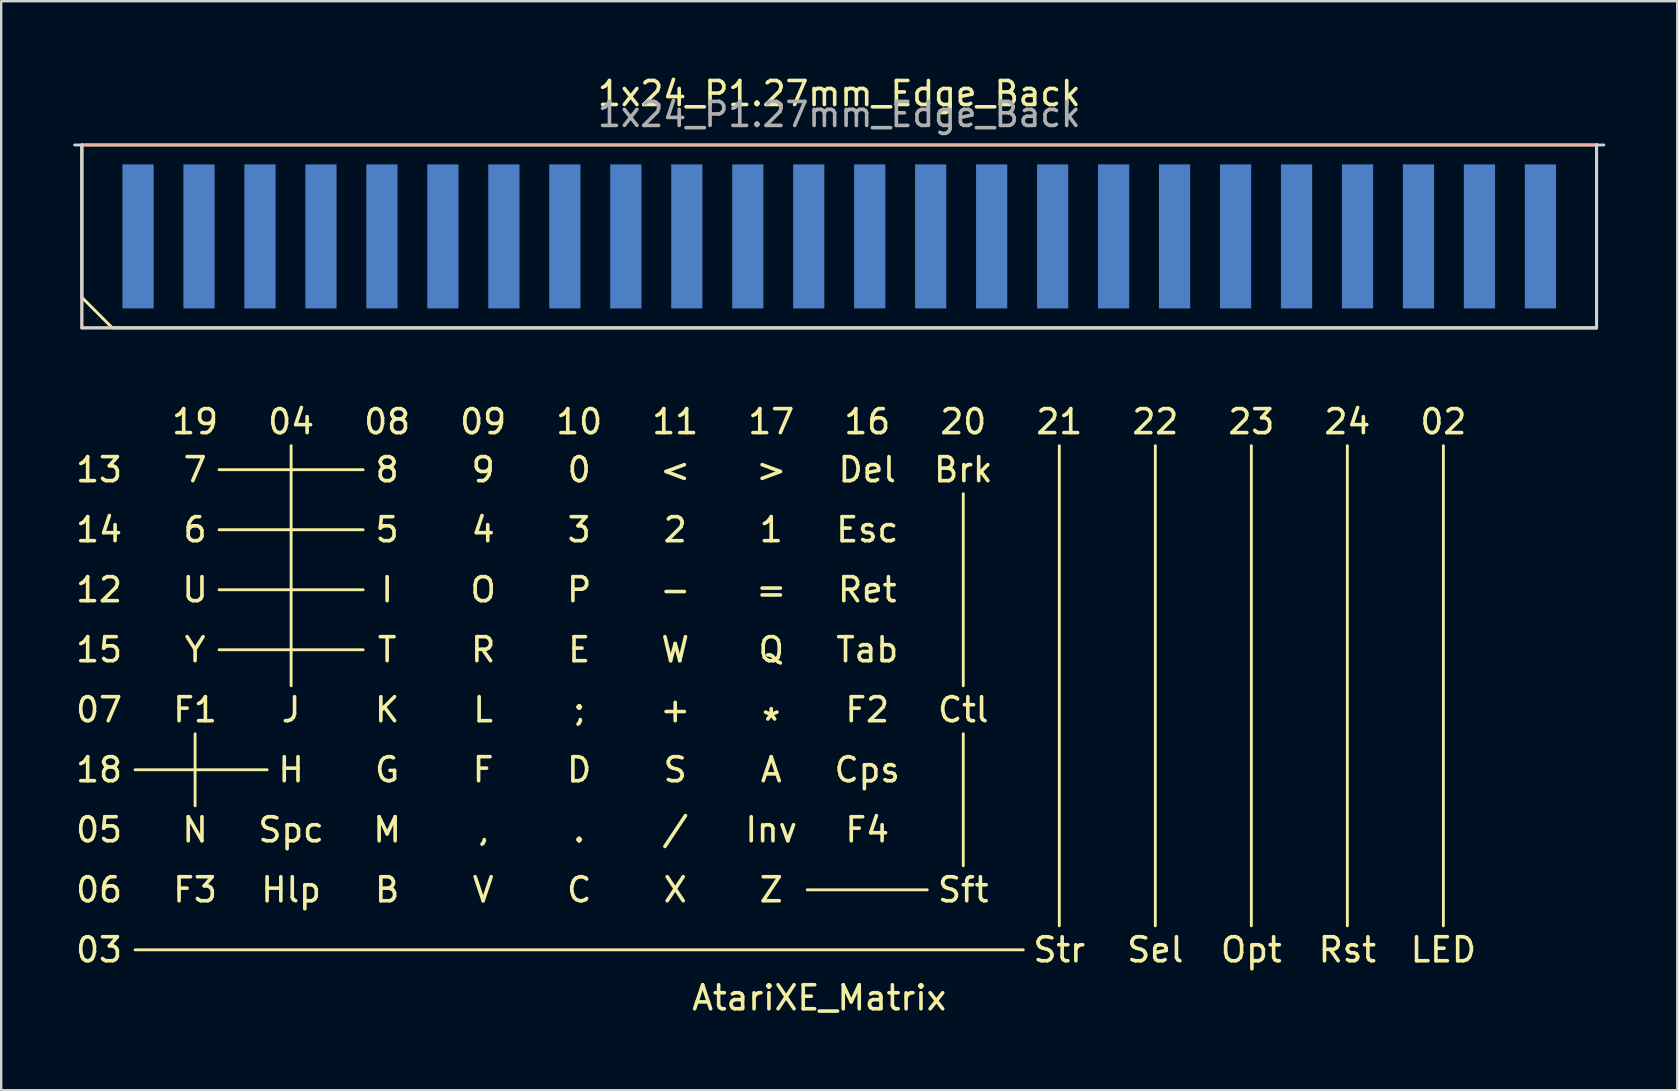
<source format=kicad_pcb>
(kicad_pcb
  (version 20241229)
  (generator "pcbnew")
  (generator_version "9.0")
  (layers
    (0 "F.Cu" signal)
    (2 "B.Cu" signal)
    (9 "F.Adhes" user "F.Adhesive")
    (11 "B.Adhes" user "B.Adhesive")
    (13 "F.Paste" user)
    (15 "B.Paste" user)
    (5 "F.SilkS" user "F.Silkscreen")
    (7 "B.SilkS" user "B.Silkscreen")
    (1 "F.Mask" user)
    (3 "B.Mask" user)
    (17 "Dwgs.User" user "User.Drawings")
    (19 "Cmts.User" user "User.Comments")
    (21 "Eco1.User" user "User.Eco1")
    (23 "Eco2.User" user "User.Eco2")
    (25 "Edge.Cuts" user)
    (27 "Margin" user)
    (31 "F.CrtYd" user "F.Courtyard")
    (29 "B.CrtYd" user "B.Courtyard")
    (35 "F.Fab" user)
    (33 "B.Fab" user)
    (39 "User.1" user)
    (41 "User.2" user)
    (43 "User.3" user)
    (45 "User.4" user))
  (footprint "1x24_P1.27mm_Edge_Back"
    (layer "F.Cu")
    (at 31.91 6.798)
    (property "Reference" "1x24_P1.27mm_Edge_Back" (at 0 -5.95 0) (layer "F.SilkS") (effects (font (size 1 1) (thickness 0.15))))
    (attr exclude_from_pos_files exclude_from_bom)
    (fp_line (start -31.55 -3.81) (end -31.55 2.54) (stroke (width 0.12) (type solid)) (layer "F.SilkS"))
    (fp_line (start -31.55 -3.81) (end 31.55 -3.81) (stroke (width 0.12) (type solid)) (layer "F.SilkS"))
    (fp_line (start -30.28 3.81) (end -31.55 2.54) (stroke (width 0.12) (type solid)) (layer "F.SilkS"))
    (fp_line (start -30.28 3.81) (end 31.55 3.81) (stroke (width 0.12) (type solid)) (layer "F.SilkS"))
    (fp_line (start 31.55 -3.81) (end 31.55 3.81) (stroke (width 0.12) (type solid)) (layer "F.SilkS"))
    (fp_line (start -31.55 -3.81) (end -31.55 3.81) (stroke (width 0.12) (type solid)) (layer "B.SilkS"))
    (fp_line (start -31.55 -3.81) (end 31.55 -3.81) (stroke (width 0.12) (type solid)) (layer "B.SilkS"))
    (fp_line (start -31.55 3.81) (end 31.55 3.81) (stroke (width 0.12) (type solid)) (layer "B.SilkS"))
    (fp_line (start 31.55 -3.81) (end 31.55 3.81) (stroke (width 0.12) (type solid)) (layer "B.SilkS"))
    (fp_line (start -31.85 -3.81) (end -31.55 -3.81) (stroke (width 0.12) (type solid)) (layer "Edge.Cuts"))
    (fp_line (start -31.55 3.81) (end -31.55 -3.81) (stroke (width 0.12) (type solid)) (layer "Edge.Cuts"))
    (fp_line (start -31.55 3.81) (end 31.55 3.81) (stroke (width 0.12) (type solid)) (layer "Edge.Cuts"))
    (fp_line (start 31.55 3.81) (end 31.55 -3.81) (stroke (width 0.12) (type solid)) (layer "Edge.Cuts"))
    (fp_line (start 31.85 -3.81) (end 31.55 -3.81) (stroke (width 0.12) (type solid)) (layer "Edge.Cuts"))
    (fp_text user "${REFERENCE}" (at 0 -5.08 0) (layer "F.Fab") (effects (font (size 1 1) (thickness 0.15))))
    (pad "1" connect rect (at -29.21 0) (size 1.3 6) (layers "F.Mask" "B.Cu"))
    (pad "2" connect rect (at -26.67 0) (size 1.3 6) (layers "F.Mask" "B.Cu"))
    (pad "3" connect rect (at -24.13 0) (size 1.3 6) (layers "F.Mask" "B.Cu"))
    (pad "4" connect rect (at -21.59 0) (size 1.3 6) (layers "F.Mask" "B.Cu"))
    (pad "5" connect rect (at -19.05 0) (size 1.3 6) (layers "F.Mask" "B.Cu"))
    (pad "6" connect rect (at -16.51 0) (size 1.3 6) (layers "F.Mask" "B.Cu"))
    (pad "7" connect rect (at -13.97 0) (size 1.3 6) (layers "F.Mask" "B.Cu"))
    (pad "8" connect rect (at -11.43 0) (size 1.3 6) (layers "F.Mask" "B.Cu"))
    (pad "9" connect rect (at -8.89 0) (size 1.3 6) (layers "F.Mask" "B.Cu"))
    (pad "10" connect rect (at -6.35 0) (size 1.3 6) (layers "F.Mask" "B.Cu"))
    (pad "11" connect rect (at -3.81 0) (size 1.3 6) (layers "F.Mask" "B.Cu"))
    (pad "12" connect rect (at -1.27 0) (size 1.3 6) (layers "F.Mask" "B.Cu"))
    (pad "13" connect rect (at 1.27 0) (size 1.3 6) (layers "F.Mask" "B.Cu"))
    (pad "14" connect rect (at 3.81 0) (size 1.3 6) (layers "F.Mask" "B.Cu"))
    (pad "15" connect rect (at 6.35 0) (size 1.3 6) (layers "F.Mask" "B.Cu"))
    (pad "16" connect rect (at 8.89 0) (size 1.3 6) (layers "F.Mask" "B.Cu"))
    (pad "17" connect rect (at 11.43 0) (size 1.3 6) (layers "F.Mask" "B.Cu"))
    (pad "18" connect rect (at 13.97 0) (size 1.3 6) (layers "F.Mask" "B.Cu"))
    (pad "19" connect rect (at 16.51 0) (size 1.3 6) (layers "F.Mask" "B.Cu"))
    (pad "20" connect rect (at 19.05 0) (size 1.3 6) (layers "F.Mask" "B.Cu"))
    (pad "21" connect rect (at 21.59 0) (size 1.3 6) (layers "F.Mask" "B.Cu"))
    (pad "22" connect rect (at 24.13 0) (size 1.3 6) (layers "F.Mask" "B.Cu"))
    (pad "23" connect rect (at 26.67 0) (size 1.3 6) (layers "F.Mask" "B.Cu"))
    (pad "24" connect rect (at 29.21 0) (size 1.3 6) (layers "F.Mask" "B.Cu")))
  (footprint "AtariXE_Matrix"
    (layer "F.Cu")
    (at 31.077 25.017)
    (property "Reference" "AtariXE_Matrix" (at 0 13.5 0) (layer "F.SilkS") (effects (font (size 1 1) (thickness 0.15))))
    (attr through_hole)
    (fp_line (start -28.5 4) (end -23 4) (stroke (width 0.12) (type solid)) (layer "F.SilkS"))
    (fp_line (start -28.5 11.5) (end 8.5 11.5) (stroke (width 0.12) (type solid)) (layer "F.SilkS"))
    (fp_line (start -26 2.5) (end -26 5.5) (stroke (width 0.12) (type solid)) (layer "F.SilkS"))
    (fp_line (start -25 -8.5) (end -19 -8.5) (stroke (width 0.12) (type solid)) (layer "F.SilkS"))
    (fp_line (start -25 -6) (end -19 -6) (stroke (width 0.12) (type solid)) (layer "F.SilkS"))
    (fp_line (start -25 -3.5) (end -19 -3.5) (stroke (width 0.12) (type solid)) (layer "F.SilkS"))
    (fp_line (start -25 -1) (end -19 -1) (stroke (width 0.12) (type solid)) (layer "F.SilkS"))
    (fp_line (start -22 -9.5) (end -22 0.5) (stroke (width 0.12) (type solid)) (layer "F.SilkS"))
    (fp_line (start -0.5 9) (end 4.5 9) (stroke (width 0.12) (type solid)) (layer "F.SilkS"))
    (fp_line (start 6 -7.5) (end 6 0.5) (stroke (width 0.12) (type solid)) (layer "F.SilkS"))
    (fp_line (start 6 2.5) (end 6 8) (stroke (width 0.12) (type solid)) (layer "F.SilkS"))
    (fp_line (start 10 -9.5) (end 10 10.5) (stroke (width 0.12) (type solid)) (layer "F.SilkS"))
    (fp_line (start 14 -9.5) (end 14 10.5) (stroke (width 0.12) (type solid)) (layer "F.SilkS"))
    (fp_line (start 18 -9.5) (end 18 10.5) (stroke (width 0.12) (type solid)) (layer "F.SilkS"))
    (fp_line (start 22 -9.5) (end 22 10.5) (stroke (width 0.12) (type solid)) (layer "F.SilkS"))
    (fp_line (start 26 -9.5) (end 26 10.5) (stroke (width 0.12) (type solid)) (layer "F.SilkS"))
    (fp_text user "22" (at 14 -10.5 0) (layer "F.SilkS") (effects (font (size 1 1) (thickness 0.15))))
    (fp_text user "23" (at 18 -10.5 0) (layer "F.SilkS") (effects (font (size 1 1) (thickness 0.15))))
    (fp_text user "*" (at -2 2 0) (layer "F.SilkS") (effects (font (size 1 1) (thickness 0.15))))
    (fp_text user "Ret" (at 2 -3.5 0) (layer "F.SilkS") (effects (font (size 1 1) (thickness 0.15))))
    (fp_text user "," (at -14 6.5 0) (layer "F.SilkS") (effects (font (size 1 1) (thickness 0.15))))
    (fp_text user "05" (at -30 6.5 0) (layer "F.SilkS") (effects (font (size 1 1) (thickness 0.15))))
    (fp_text user "14" (at -30 -6 0) (layer "F.SilkS") (effects (font (size 1 1) (thickness 0.15))))
    (fp_text user "11" (at -6 -10.5 0) (layer "F.SilkS") (effects (font (size 1 1) (thickness 0.15))))
    (fp_text user "13" (at -30 -8.5 0) (layer "F.SilkS") (effects (font (size 1 1) (thickness 0.15))))
    (fp_text user "+" (at -6 1.5 0) (layer "F.SilkS") (effects (font (size 1 1) (thickness 0.15))))
    (fp_text user "21" (at 10 -10.5 0) (layer "F.SilkS") (effects (font (size 1 1) (thickness 0.15))))
    (fp_text user "Sel" (at 14 11.5 0) (layer "F.SilkS") (effects (font (size 1 1) (thickness 0.15))))
    (fp_text user "Y" (at -26 -1 0) (layer "F.SilkS") (effects (font (size 1 1) (thickness 0.15))))
    (fp_text user "0" (at -10 -8.5 0) (layer "F.SilkS") (effects (font (size 1 1) (thickness 0.15))))
    (fp_text user "E" (at -10 -1 0) (layer "F.SilkS") (effects (font (size 1 1) (thickness 0.15))))
    (fp_text user "K" (at -18 1.5 0) (layer "F.SilkS") (effects (font (size 1 1) (thickness 0.15))))
    (fp_text user "M" (at -18 6.5 0) (layer "F.SilkS") (effects (font (size 1 1) (thickness 0.15))))
    (fp_text user "Cps" (at 2 4 0) (layer "F.SilkS") (effects (font (size 1 1) (thickness 0.15))))
    (fp_text user "Esc" (at 2 -6 0) (layer "F.SilkS") (effects (font (size 1 1) (thickness 0.15))))
    (fp_text user "08" (at -18 -10.5 0) (layer "F.SilkS") (effects (font (size 1 1) (thickness 0.15))))
    (fp_text user "Del" (at 2 -8.5 0) (layer "F.SilkS") (effects (font (size 1 1) (thickness 0.15))))
    (fp_text user "24" (at 22 -10.5 0) (layer "F.SilkS") (effects (font (size 1 1) (thickness 0.15))))
    (fp_text user "/" (at -6 6.5 0) (layer "F.SilkS") (effects (font (size 1 1) (thickness 0.15))))
    (fp_text user "3" (at -10 -6 0) (layer "F.SilkS") (effects (font (size 1 1) (thickness 0.15))))
    (fp_text user "Rst" (at 22 11.5 0) (layer "F.SilkS") (effects (font (size 1 1) (thickness 0.15))))
    (fp_text user "Ctl" (at 6 1.5 0) (layer "F.SilkS") (effects (font (size 1 1) (thickness 0.15))))
    (fp_text user "17" (at -2 -10.5 0) (layer "F.SilkS") (effects (font (size 1 1) (thickness 0.15))))
    (fp_text user "F" (at -14 4 0) (layer "F.SilkS") (effects (font (size 1 1) (thickness 0.15))))
    (fp_text user "18" (at -30 4 0) (layer "F.SilkS") (effects (font (size 1 1) (thickness 0.15))))
    (fp_text user "Tab" (at 2 -1 0) (layer "F.SilkS") (effects (font (size 1 1) (thickness 0.15))))
    (fp_text user "20" (at 6 -10.5 0) (layer "F.SilkS") (effects (font (size 1 1) (thickness 0.15))))
    (fp_text user "F1" (at -26 1.5 0) (layer "F.SilkS") (effects (font (size 1 1) (thickness 0.15))))
    (fp_text user "06" (at -30 9 0) (layer "F.SilkS") (effects (font (size 1 1) (thickness 0.15))))
    (fp_text user "B" (at -18 9 0) (layer "F.SilkS") (effects (font (size 1 1) (thickness 0.15))))
    (fp_text user "Z" (at -2 9 0) (layer "F.SilkS") (effects (font (size 1 1) (thickness 0.15))))
    (fp_text user "R" (at -14 -1 0) (layer "F.SilkS") (effects (font (size 1 1) (thickness 0.15))))
    (fp_text user ">" (at -2 -8.5 0) (layer "F.SilkS") (effects (font (size 1 1) (thickness 0.15))))
    (fp_text user "U" (at -26 -3.5 0) (layer "F.SilkS") (effects (font (size 1 1) (thickness 0.15))))
    (fp_text user "V" (at -14 9 0) (layer "F.SilkS") (effects (font (size 1 1) (thickness 0.15))))
    (fp_text user "L" (at -14 1.5 0) (layer "F.SilkS") (effects (font (size 1 1) (thickness 0.15))))
    (fp_text user "Str" (at 10 11.5 0) (layer "F.SilkS") (effects (font (size 1 1) (thickness 0.15))))
    (fp_text user "10" (at -10 -10.5 0) (layer "F.SilkS") (effects (font (size 1 1) (thickness 0.15))))
    (fp_text user "F2" (at 2 1.5 0) (layer "F.SilkS") (effects (font (size 1 1) (thickness 0.15))))
    (fp_text user "07" (at -30 1.5 0) (layer "F.SilkS") (effects (font (size 1 1) (thickness 0.15))))
    (fp_text user "N" (at -26 6.5 0) (layer "F.SilkS") (effects (font (size 1 1) (thickness 0.15))))
    (fp_text user "4" (at -14 -6 0) (layer "F.SilkS") (effects (font (size 1 1) (thickness 0.15))))
    (fp_text user "1" (at -2 -6 0) (layer "F.SilkS") (effects (font (size 1 1) (thickness 0.15))))
    (fp_text user "W" (at -6 -1 0) (layer "F.SilkS") (effects (font (size 1 1) (thickness 0.15))))
    (fp_text user "8" (at -18 -8.5 0) (layer "F.SilkS") (effects (font (size 1 1) (thickness 0.15))))
    (fp_text user "<" (at -6 -8.5 0) (layer "F.SilkS") (effects (font (size 1 1) (thickness 0.15))))
    (fp_text user "16" (at 2 -10.5 0) (layer "F.SilkS") (effects (font (size 1 1) (thickness 0.15))))
    (fp_text user "5" (at -18 -6 0) (layer "F.SilkS") (effects (font (size 1 1) (thickness 0.15))))
    (fp_text user "7" (at -26 -8.5 0) (layer "F.SilkS") (effects (font (size 1 1) (thickness 0.15))))
    (fp_text user "Sft" (at 6 9 0) (layer "F.SilkS") (effects (font (size 1 1) (thickness 0.15))))
    (fp_text user "I" (at -18 -3.5 0) (layer "F.SilkS") (effects (font (size 1 1) (thickness 0.15))))
    (fp_text user "02" (at 26 -10.5 0) (layer "F.SilkS") (effects (font (size 1 1) (thickness 0.15))))
    (fp_text user "T" (at -18 -1 0) (layer "F.SilkS") (effects (font (size 1 1) (thickness 0.15))))
    (fp_text user "19" (at -26 -10.5 0) (layer "F.SilkS") (effects (font (size 1 1) (thickness 0.15))))
    (fp_text user "6" (at -26 -6 0) (layer "F.SilkS") (effects (font (size 1 1) (thickness 0.15))))
    (fp_text user "Brk" (at 6 -8.5 0) (layer "F.SilkS") (effects (font (size 1 1) (thickness 0.15))))
    (fp_text user "Spc" (at -22 6.5 0) (layer "F.SilkS") (effects (font (size 1 1) (thickness 0.15))))
    (fp_text user "." (at -10 6.5 0) (layer "F.SilkS") (effects (font (size 1 1) (thickness 0.15))))
    (fp_text user "2" (at -6 -6 0) (layer "F.SilkS") (effects (font (size 1 1) (thickness 0.15))))
    (fp_text user "Hlp" (at -22 9 0) (layer "F.SilkS") (effects (font (size 1 1) (thickness 0.15))))
    (fp_text user "F3" (at -26 9 0) (layer "F.SilkS") (effects (font (size 1 1) (thickness 0.15))))
    (fp_text user "Q" (at -2 -1 0) (layer "F.SilkS") (effects (font (size 1 1) (thickness 0.15))))
    (fp_text user "15" (at -30 -1 0) (layer "F.SilkS") (effects (font (size 1 1) (thickness 0.15))))
    (fp_text user "Inv" (at -2 6.5 0) (layer "F.SilkS") (effects (font (size 1 1) (thickness 0.15))))
    (fp_text user "J" (at -22 1.5 0) (layer "F.SilkS") (effects (font (size 1 1) (thickness 0.15))))
    (fp_text user "F4" (at 2 6.5 0) (layer "F.SilkS") (effects (font (size 1 1) (thickness 0.15))))
    (fp_text user "X" (at -6 9 0) (layer "F.SilkS") (effects (font (size 1 1) (thickness 0.15))))
    (fp_text user "D" (at -10 4 0) (layer "F.SilkS") (effects (font (size 1 1) (thickness 0.15))))
    (fp_text user "C" (at -10 9 0) (layer "F.SilkS") (effects (font (size 1 1) (thickness 0.15))))
    (fp_text user "LED" (at 26 11.5 0) (layer "F.SilkS") (effects (font (size 1 1) (thickness 0.15))))
    (fp_text user "A" (at -2 4 0) (layer "F.SilkS") (effects (font (size 1 1) (thickness 0.15))))
    (fp_text user "O" (at -14 -3.5 0) (layer "F.SilkS") (effects (font (size 1 1) (thickness 0.15))))
    (fp_text user "H" (at -22 4 0) (layer "F.SilkS") (effects (font (size 1 1) (thickness 0.15))))
    (fp_text user "09" (at -14 -10.5 0) (layer "F.SilkS") (effects (font (size 1 1) (thickness 0.15))))
    (fp_text user "12" (at -30 -3.5 0) (layer "F.SilkS") (effects (font (size 1 1) (thickness 0.15))))
    (fp_text user "=" (at -2 -3.5 0) (layer "F.SilkS") (effects (font (size 1 1) (thickness 0.15))))
    (fp_text user "S" (at -6 4 0) (layer "F.SilkS") (effects (font (size 1 1) (thickness 0.15))))
    (fp_text user "P" (at -10 -3.5 0) (layer "F.SilkS") (effects (font (size 1 1) (thickness 0.15))))
    (fp_text user "Opt" (at 18 11.5 0) (layer "F.SilkS") (effects (font (size 1 1) (thickness 0.15))))
    (fp_text user "03" (at -30 11.5 0) (layer "F.SilkS") (effects (font (size 1 1) (thickness 0.15))))
    (fp_text user "04" (at -22 -10.5 0) (layer "F.SilkS") (effects (font (size 1 1) (thickness 0.15))))
    (fp_text user "G" (at -18 4 0) (layer "F.SilkS") (effects (font (size 1 1) (thickness 0.15))))
    (fp_text user ";" (at -10 1.5 0) (layer "F.SilkS") (effects (font (size 1 1) (thickness 0.15))))
    (fp_text user "9" (at -14 -8.5 0) (layer "F.SilkS") (effects (font (size 1 1) (thickness 0.15))))
    (fp_text user "-" (at -6 -3.5 0) (layer "F.SilkS") (effects (font (size 1 1) (thickness 0.15)))))
  (gr_rect
    (start -3 -3)
    (end 66.82 42.365)
    (stroke (width 0.1) (type default))
    (fill no)
    (layer "Edge.Cuts")))
</source>
